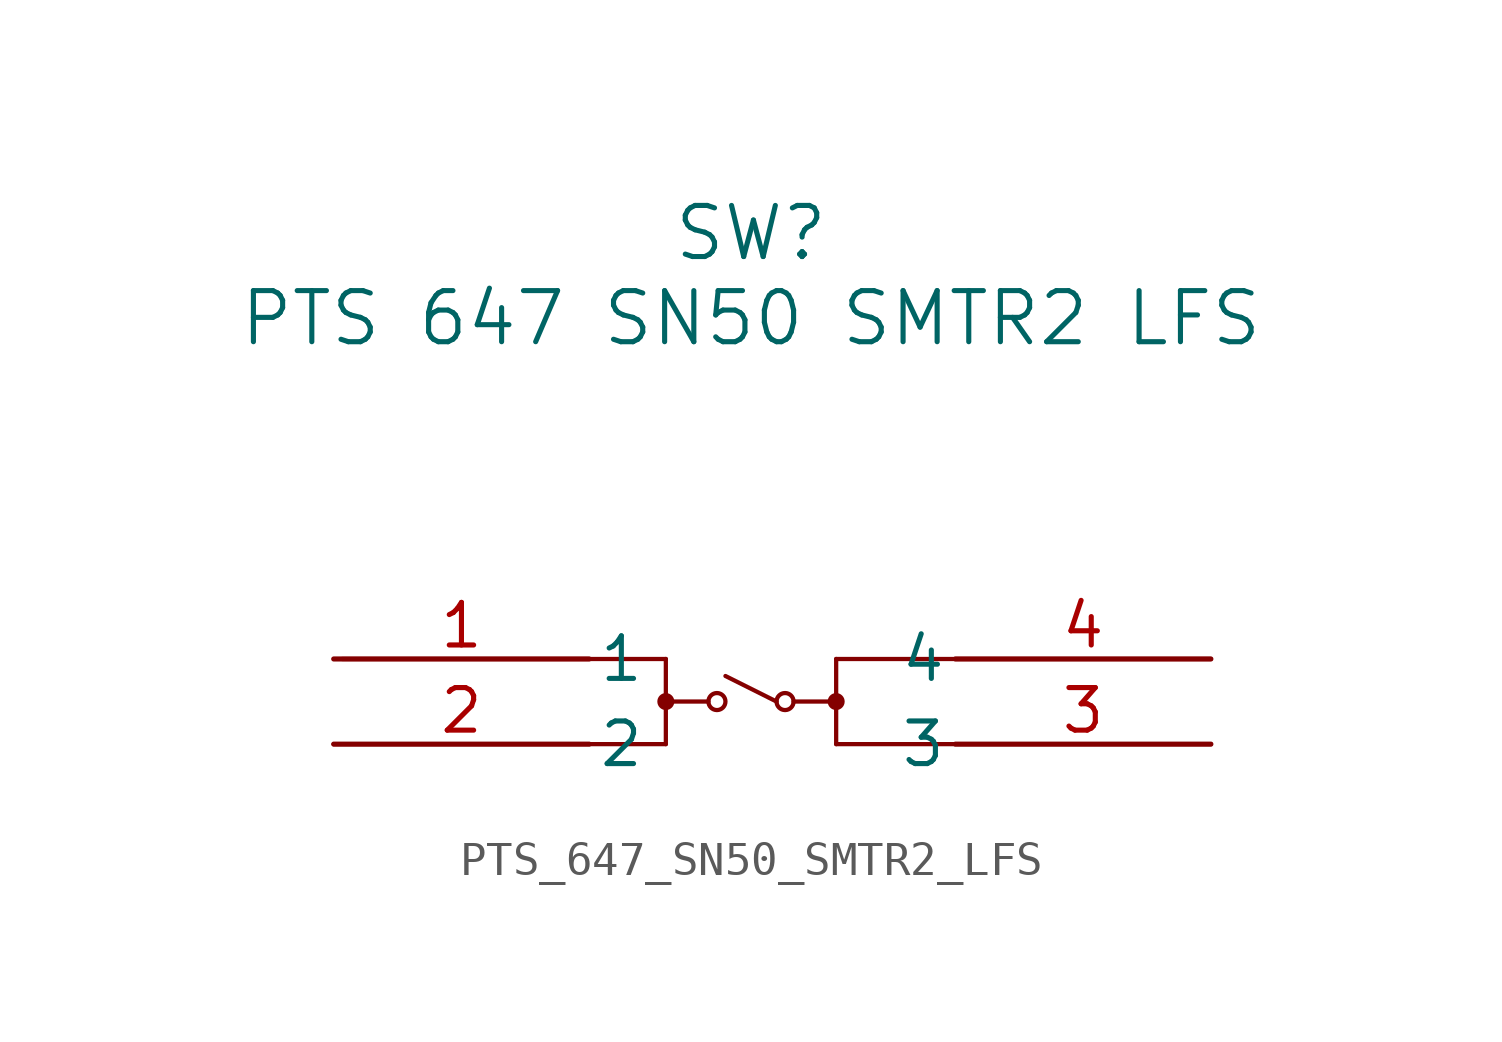
<source format=kicad_sym>
(kicad_symbol_lib
  (version 20220914)
  (generator kicad_symbol_editor)
  (symbol "PTS_647_SN50_SMTR2_LFS"
    (pin_names
      (offset 0.254))
    (property "Reference" "SW"
      (at 40.64 12.7 0)
      (effects (font (size 1.524 1.524))))
    (property "Value" "PTS 647 SN50 SMTR2 LFS"
      (at 40.64 10.16 0)
      (effects (font (size 1.524 1.524))))
    (symbol "PTS_647_SN50_SMTR2_LFS_0_1"
      (polyline (pts (xy 28.448 0) (xy 38.1 0)) (stroke (width 0.127) (type default)) (fill (type none)))
      (polyline (pts (xy 38.1 -2.54) (xy 28.194 -2.54)) (stroke (width 0.127) (type default)) (fill (type none)))
      (polyline (pts (xy 38.1 -1.27) (xy 39.37 -1.27)) (stroke (width 0.127) (type default)) (fill (type none)))
      (polyline (pts (xy 38.1 0) (xy 38.1 -2.54)) (stroke (width 0.127) (type default)) (fill (type none)))
      (polyline (pts (xy 39.878 -0.508) (xy 41.402 -1.27)) (stroke (width 0.127) (type default)) (fill (type none)))
      (polyline (pts (xy 43.18 -2.54) (xy 54.356 -2.54)) (stroke (width 0.127) (type default)) (fill (type none)))
      (polyline (pts (xy 43.18 -1.27) (xy 41.91 -1.27)) (stroke (width 0.127) (type default)) (fill (type none)))
      (polyline (pts (xy 43.18 0) (xy 43.18 -2.54)) (stroke (width 0.127) (type default)) (fill (type none)))
      (polyline (pts (xy 54.356 0) (xy 43.18 0)) (stroke (width 0.127) (type default)) (fill (type none)))
      (circle (center 38.1 -1.27) (radius 0.127) (stroke (width 0.254) (type default)) (fill (type none)))
      (circle (center 39.624 -1.27) (radius 0.254) (stroke (width 0.127) (type default)) (fill (type none)))
      (circle (center 41.656 -1.27) (radius 0.254) (stroke (width 0.127) (type default)) (fill (type none)))
      (circle (center 43.18 -1.27) (radius 0.127) (stroke (width 0.254) (type default)) (fill (type none)))
      (pin unspecified line (at 28.194 0 0) (length 7.62) (name "1" (effects (font (size 1.27 1.27)))) (number "1" (effects (font (size 1.27 1.27)))))
      (pin unspecified line (at 28.194 -2.54 0) (length 7.62) (name "2" (effects (font (size 1.27 1.27)))) (number "2" (effects (font (size 1.27 1.27)))))
      (pin unspecified line (at 54.356 -2.54 180) (length 7.62) (name "3" (effects (font (size 1.27 1.27)))) (number "3" (effects (font (size 1.27 1.27)))))
      (pin unspecified line (at 54.356 0 180) (length 7.62) (name "4" (effects (font (size 1.27 1.27)))) (number "4" (effects (font (size 1.27 1.27))))))))
</source>
